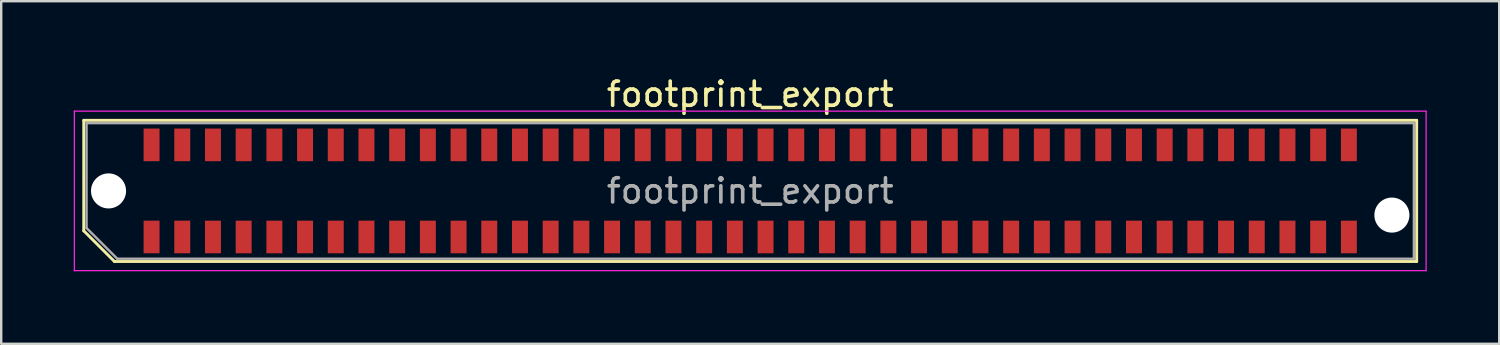
<source format=kicad_pcb>
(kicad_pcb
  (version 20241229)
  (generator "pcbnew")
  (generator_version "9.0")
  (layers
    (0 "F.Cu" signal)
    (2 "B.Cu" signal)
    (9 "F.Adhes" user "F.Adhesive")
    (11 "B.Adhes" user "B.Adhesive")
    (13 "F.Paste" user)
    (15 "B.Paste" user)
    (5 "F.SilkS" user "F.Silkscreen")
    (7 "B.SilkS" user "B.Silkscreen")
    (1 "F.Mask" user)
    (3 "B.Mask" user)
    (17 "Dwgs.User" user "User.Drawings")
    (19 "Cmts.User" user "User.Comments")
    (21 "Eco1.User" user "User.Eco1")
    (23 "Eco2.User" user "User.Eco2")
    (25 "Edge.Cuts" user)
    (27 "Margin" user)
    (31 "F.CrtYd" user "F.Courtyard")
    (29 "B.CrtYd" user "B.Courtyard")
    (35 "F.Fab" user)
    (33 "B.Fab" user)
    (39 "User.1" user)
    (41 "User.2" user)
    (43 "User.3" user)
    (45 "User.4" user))
  (footprint "footprint_export"
    (layer "F.Cu")
    (at 27.985 4.848)
    (property "Reference" "footprint_export" (at 0 -4 0) (layer "F.SilkS") (effects (font (size 1 1) (thickness 0.15))))
    (attr smd)
    (fp_line (start -27.57 -2.92) (end 27.57 -2.92) (stroke (width 0.12) (type solid)) (layer "F.SilkS"))
    (fp_line (start -27.57 1.65) (end -27.57 -2.92) (stroke (width 0.12) (type solid)) (layer "F.SilkS"))
    (fp_line (start -26.3 2.92) (end -27.57 1.65) (stroke (width 0.12) (type solid)) (layer "F.SilkS"))
    (fp_line (start -26.3 2.92) (end 27.57 2.92) (stroke (width 0.12) (type solid)) (layer "F.SilkS"))
    (fp_line (start 27.57 2.92) (end 27.57 -2.92) (stroke (width 0.12) (type solid)) (layer "F.SilkS"))
    (fp_line (start -27.96 -3.3) (end -27.96 3.3) (stroke (width 0.05) (type solid)) (layer "F.CrtYd"))
    (fp_line (start -27.96 3.3) (end 27.96 3.3) (stroke (width 0.05) (type solid)) (layer "F.CrtYd"))
    (fp_line (start 27.96 -3.3) (end -27.96 -3.3) (stroke (width 0.05) (type solid)) (layer "F.CrtYd"))
    (fp_line (start 27.96 3.3) (end 27.96 -3.3) (stroke (width 0.05) (type solid)) (layer "F.CrtYd"))
    (fp_line (start -27.455 -2.805) (end 27.455 -2.805) (stroke (width 0.1) (type solid)) (layer "F.Fab"))
    (fp_line (start -27.455 1.535) (end -27.455 -2.805) (stroke (width 0.1) (type solid)) (layer "F.Fab"))
    (fp_line (start -27.455 1.535) (end -26.185 2.805) (stroke (width 0.1) (type solid)) (layer "F.Fab"))
    (fp_line (start -26.185 2.805) (end 27.455 2.805) (stroke (width 0.1) (type solid)) (layer "F.Fab"))
    (fp_line (start 27.455 2.805) (end 27.455 -2.805) (stroke (width 0.1) (type solid)) (layer "F.Fab"))
    (fp_text user "${REFERENCE}" (at 0 0 0) (layer "F.Fab") (effects (font (size 1 1) (thickness 0.15))))
    (pad "" np_thru_hole circle (at -26.545 0) (size 1.45 1.45) (drill 1.45) (layers "*.Cu" "*.Mask"))
    (pad "" np_thru_hole circle (at 26.545 1) (size 1.45 1.45) (drill 1.45) (layers "*.Cu" "*.Mask"))
    (pad "1" smd rect (at -24.765 1.905) (size 0.66 1.35) (layers "F.Cu" "F.Mask" "F.Paste"))
    (pad "2" smd rect (at -24.765 -1.905) (size 0.66 1.35) (layers "F.Cu" "F.Mask" "F.Paste"))
    (pad "3" smd rect (at -23.495 1.905) (size 0.66 1.35) (layers "F.Cu" "F.Mask" "F.Paste"))
    (pad "4" smd rect (at -23.495 -1.905) (size 0.66 1.35) (layers "F.Cu" "F.Mask" "F.Paste"))
    (pad "5" smd rect (at -22.225 1.905) (size 0.66 1.35) (layers "F.Cu" "F.Mask" "F.Paste"))
    (pad "6" smd rect (at -22.225 -1.905) (size 0.66 1.35) (layers "F.Cu" "F.Mask" "F.Paste"))
    (pad "7" smd rect (at -20.955 1.905) (size 0.66 1.35) (layers "F.Cu" "F.Mask" "F.Paste"))
    (pad "8" smd rect (at -20.955 -1.905) (size 0.66 1.35) (layers "F.Cu" "F.Mask" "F.Paste"))
    (pad "9" smd rect (at -19.685 1.905) (size 0.66 1.35) (layers "F.Cu" "F.Mask" "F.Paste"))
    (pad "10" smd rect (at -19.685 -1.905) (size 0.66 1.35) (layers "F.Cu" "F.Mask" "F.Paste"))
    (pad "11" smd rect (at -18.415 1.905) (size 0.66 1.35) (layers "F.Cu" "F.Mask" "F.Paste"))
    (pad "12" smd rect (at -18.415 -1.905) (size 0.66 1.35) (layers "F.Cu" "F.Mask" "F.Paste"))
    (pad "13" smd rect (at -17.145 1.905) (size 0.66 1.35) (layers "F.Cu" "F.Mask" "F.Paste"))
    (pad "14" smd rect (at -17.145 -1.905) (size 0.66 1.35) (layers "F.Cu" "F.Mask" "F.Paste"))
    (pad "15" smd rect (at -15.875 1.905) (size 0.66 1.35) (layers "F.Cu" "F.Mask" "F.Paste"))
    (pad "16" smd rect (at -15.875 -1.905) (size 0.66 1.35) (layers "F.Cu" "F.Mask" "F.Paste"))
    (pad "17" smd rect (at -14.605 1.905) (size 0.66 1.35) (layers "F.Cu" "F.Mask" "F.Paste"))
    (pad "18" smd rect (at -14.605 -1.905) (size 0.66 1.35) (layers "F.Cu" "F.Mask" "F.Paste"))
    (pad "19" smd rect (at -13.335 1.905) (size 0.66 1.35) (layers "F.Cu" "F.Mask" "F.Paste"))
    (pad "20" smd rect (at -13.335 -1.905) (size 0.66 1.35) (layers "F.Cu" "F.Mask" "F.Paste"))
    (pad "21" smd rect (at -12.065 1.905) (size 0.66 1.35) (layers "F.Cu" "F.Mask" "F.Paste"))
    (pad "22" smd rect (at -12.065 -1.905) (size 0.66 1.35) (layers "F.Cu" "F.Mask" "F.Paste"))
    (pad "23" smd rect (at -10.795 1.905) (size 0.66 1.35) (layers "F.Cu" "F.Mask" "F.Paste"))
    (pad "24" smd rect (at -10.795 -1.905) (size 0.66 1.35) (layers "F.Cu" "F.Mask" "F.Paste"))
    (pad "25" smd rect (at -9.525 1.905) (size 0.66 1.35) (layers "F.Cu" "F.Mask" "F.Paste"))
    (pad "26" smd rect (at -9.525 -1.905) (size 0.66 1.35) (layers "F.Cu" "F.Mask" "F.Paste"))
    (pad "27" smd rect (at -8.255 1.905) (size 0.66 1.35) (layers "F.Cu" "F.Mask" "F.Paste"))
    (pad "28" smd rect (at -8.255 -1.905) (size 0.66 1.35) (layers "F.Cu" "F.Mask" "F.Paste"))
    (pad "29" smd rect (at -6.985 1.905) (size 0.66 1.35) (layers "F.Cu" "F.Mask" "F.Paste"))
    (pad "30" smd rect (at -6.985 -1.905) (size 0.66 1.35) (layers "F.Cu" "F.Mask" "F.Paste"))
    (pad "31" smd rect (at -5.715 1.905) (size 0.66 1.35) (layers "F.Cu" "F.Mask" "F.Paste"))
    (pad "32" smd rect (at -5.715 -1.905) (size 0.66 1.35) (layers "F.Cu" "F.Mask" "F.Paste"))
    (pad "33" smd rect (at -4.445 1.905) (size 0.66 1.35) (layers "F.Cu" "F.Mask" "F.Paste"))
    (pad "34" smd rect (at -4.445 -1.905) (size 0.66 1.35) (layers "F.Cu" "F.Mask" "F.Paste"))
    (pad "35" smd rect (at -3.175 1.905) (size 0.66 1.35) (layers "F.Cu" "F.Mask" "F.Paste"))
    (pad "36" smd rect (at -3.175 -1.905) (size 0.66 1.35) (layers "F.Cu" "F.Mask" "F.Paste"))
    (pad "37" smd rect (at -1.905 1.905) (size 0.66 1.35) (layers "F.Cu" "F.Mask" "F.Paste"))
    (pad "38" smd rect (at -1.905 -1.905) (size 0.66 1.35) (layers "F.Cu" "F.Mask" "F.Paste"))
    (pad "39" smd rect (at -0.635 1.905) (size 0.66 1.35) (layers "F.Cu" "F.Mask" "F.Paste"))
    (pad "40" smd rect (at -0.635 -1.905) (size 0.66 1.35) (layers "F.Cu" "F.Mask" "F.Paste"))
    (pad "41" smd rect (at 0.635 1.905) (size 0.66 1.35) (layers "F.Cu" "F.Mask" "F.Paste"))
    (pad "42" smd rect (at 0.635 -1.905) (size 0.66 1.35) (layers "F.Cu" "F.Mask" "F.Paste"))
    (pad "43" smd rect (at 1.905 1.905) (size 0.66 1.35) (layers "F.Cu" "F.Mask" "F.Paste"))
    (pad "44" smd rect (at 1.905 -1.905) (size 0.66 1.35) (layers "F.Cu" "F.Mask" "F.Paste"))
    (pad "45" smd rect (at 3.175 1.905) (size 0.66 1.35) (layers "F.Cu" "F.Mask" "F.Paste"))
    (pad "46" smd rect (at 3.175 -1.905) (size 0.66 1.35) (layers "F.Cu" "F.Mask" "F.Paste"))
    (pad "47" smd rect (at 4.445 1.905) (size 0.66 1.35) (layers "F.Cu" "F.Mask" "F.Paste"))
    (pad "48" smd rect (at 4.445 -1.905) (size 0.66 1.35) (layers "F.Cu" "F.Mask" "F.Paste"))
    (pad "49" smd rect (at 5.715 1.905) (size 0.66 1.35) (layers "F.Cu" "F.Mask" "F.Paste"))
    (pad "50" smd rect (at 5.715 -1.905) (size 0.66 1.35) (layers "F.Cu" "F.Mask" "F.Paste"))
    (pad "51" smd rect (at 6.985 1.905) (size 0.66 1.35) (layers "F.Cu" "F.Mask" "F.Paste"))
    (pad "52" smd rect (at 6.985 -1.905) (size 0.66 1.35) (layers "F.Cu" "F.Mask" "F.Paste"))
    (pad "53" smd rect (at 8.255 1.905) (size 0.66 1.35) (layers "F.Cu" "F.Mask" "F.Paste"))
    (pad "54" smd rect (at 8.255 -1.905) (size 0.66 1.35) (layers "F.Cu" "F.Mask" "F.Paste"))
    (pad "55" smd rect (at 9.525 1.905) (size 0.66 1.35) (layers "F.Cu" "F.Mask" "F.Paste"))
    (pad "56" smd rect (at 9.525 -1.905) (size 0.66 1.35) (layers "F.Cu" "F.Mask" "F.Paste"))
    (pad "57" smd rect (at 10.795 1.905) (size 0.66 1.35) (layers "F.Cu" "F.Mask" "F.Paste"))
    (pad "58" smd rect (at 10.795 -1.905) (size 0.66 1.35) (layers "F.Cu" "F.Mask" "F.Paste"))
    (pad "59" smd rect (at 12.065 1.905) (size 0.66 1.35) (layers "F.Cu" "F.Mask" "F.Paste"))
    (pad "60" smd rect (at 12.065 -1.905) (size 0.66 1.35) (layers "F.Cu" "F.Mask" "F.Paste"))
    (pad "61" smd rect (at 13.335 1.905) (size 0.66 1.35) (layers "F.Cu" "F.Mask" "F.Paste"))
    (pad "62" smd rect (at 13.335 -1.905) (size 0.66 1.35) (layers "F.Cu" "F.Mask" "F.Paste"))
    (pad "63" smd rect (at 14.605 1.905) (size 0.66 1.35) (layers "F.Cu" "F.Mask" "F.Paste"))
    (pad "64" smd rect (at 14.605 -1.905) (size 0.66 1.35) (layers "F.Cu" "F.Mask" "F.Paste"))
    (pad "65" smd rect (at 15.875 1.905) (size 0.66 1.35) (layers "F.Cu" "F.Mask" "F.Paste"))
    (pad "66" smd rect (at 15.875 -1.905) (size 0.66 1.35) (layers "F.Cu" "F.Mask" "F.Paste"))
    (pad "67" smd rect (at 17.145 1.905) (size 0.66 1.35) (layers "F.Cu" "F.Mask" "F.Paste"))
    (pad "68" smd rect (at 17.145 -1.905) (size 0.66 1.35) (layers "F.Cu" "F.Mask" "F.Paste"))
    (pad "69" smd rect (at 18.415 1.905) (size 0.66 1.35) (layers "F.Cu" "F.Mask" "F.Paste"))
    (pad "70" smd rect (at 18.415 -1.905) (size 0.66 1.35) (layers "F.Cu" "F.Mask" "F.Paste"))
    (pad "71" smd rect (at 19.685 1.905) (size 0.66 1.35) (layers "F.Cu" "F.Mask" "F.Paste"))
    (pad "72" smd rect (at 19.685 -1.905) (size 0.66 1.35) (layers "F.Cu" "F.Mask" "F.Paste"))
    (pad "73" smd rect (at 20.955 1.905) (size 0.66 1.35) (layers "F.Cu" "F.Mask" "F.Paste"))
    (pad "74" smd rect (at 20.955 -1.905) (size 0.66 1.35) (layers "F.Cu" "F.Mask" "F.Paste"))
    (pad "75" smd rect (at 22.225 1.905) (size 0.66 1.35) (layers "F.Cu" "F.Mask" "F.Paste"))
    (pad "76" smd rect (at 22.225 -1.905) (size 0.66 1.35) (layers "F.Cu" "F.Mask" "F.Paste"))
    (pad "77" smd rect (at 23.495 1.905) (size 0.66 1.35) (layers "F.Cu" "F.Mask" "F.Paste"))
    (pad "78" smd rect (at 23.495 -1.905) (size 0.66 1.35) (layers "F.Cu" "F.Mask" "F.Paste"))
    (pad "79" smd rect (at 24.765 1.905) (size 0.66 1.35) (layers "F.Cu" "F.Mask" "F.Paste"))
    (pad "80" smd rect (at 24.765 -1.905) (size 0.66 1.35) (layers "F.Cu" "F.Mask" "F.Paste")))
  (gr_rect
    (start -3 -3)
    (end 58.97 11.173)
    (stroke (width 0.1) (type default))
    (fill no)
    (layer "Edge.Cuts")))
</source>
